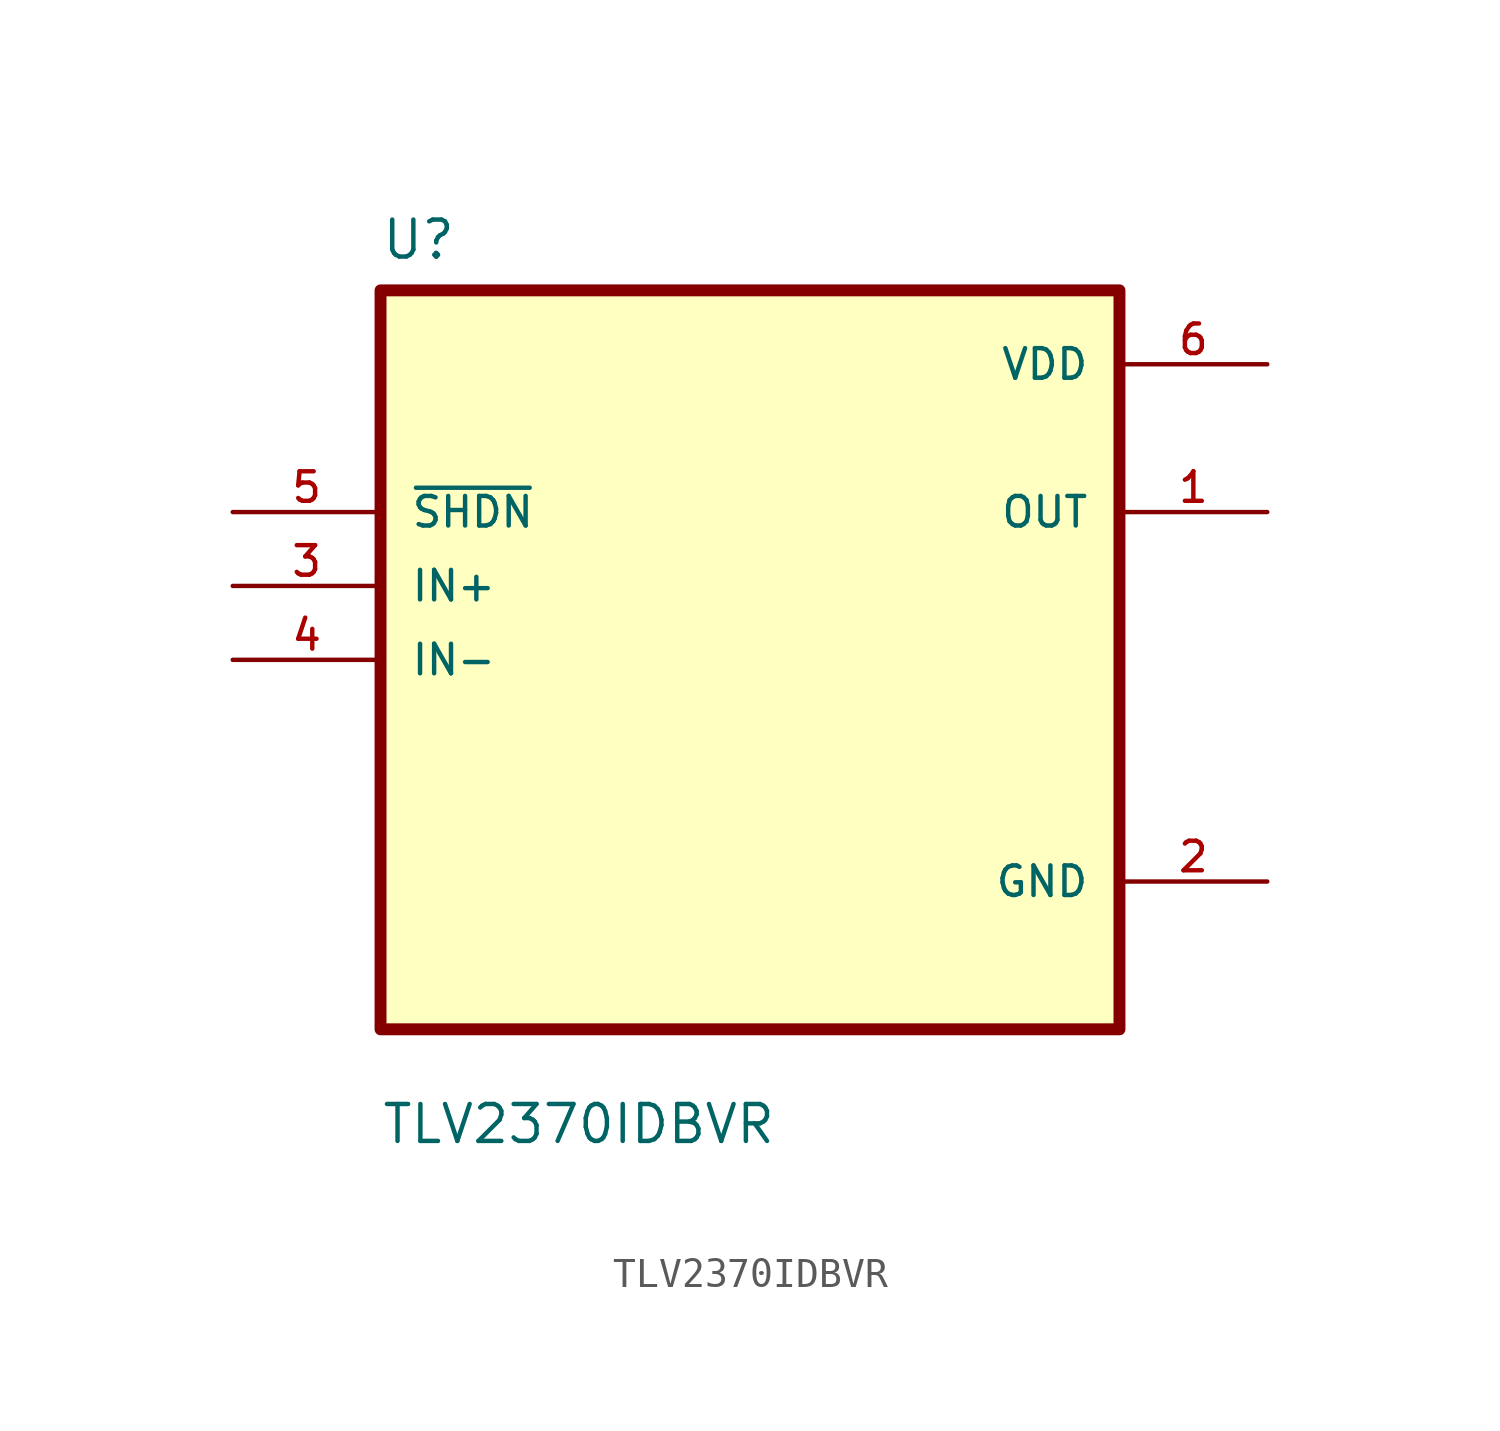
<source format=kicad_sym>
(kicad_symbol_lib
  (version 20211014)
  (generator kicad_symbol_editor)
  (symbol "TLV2370IDBVR"
    (pin_names
      (offset 1.016))
    (property "Reference" "U"
      (at -12.7 13.7 0.0)
      (effects (font (size 1.27 1.27)) (justify bottom left)))
    (property "Value" "TLV2370IDBVR"
      (at -12.7 -16.7 0.0)
      (effects (font (size 1.27 1.27)) (justify bottom left)))
    (symbol "TLV2370IDBVR_0_0"
      (rectangle (start -12.7 -12.7) (end 12.7 12.7) (stroke (width 0.41)) (fill (type background)))
      (pin input line (at -17.78 5.08 0) (length 5.08) (name "~{SHDN}" (effects (font (size 1.016 1.016)))) (number "5" (effects (font (size 1.016 1.016)))))
      (pin input line (at -17.78 2.54 0) (length 5.08) (name "IN+" (effects (font (size 1.016 1.016)))) (number "3" (effects (font (size 1.016 1.016)))))
      (pin input line (at -17.78 -8.88178e-16 0) (length 5.08) (name "IN-" (effects (font (size 1.016 1.016)))) (number "4" (effects (font (size 1.016 1.016)))))
      (pin power_in line (at 17.78 10.16 180.0) (length 5.08) (name "VDD" (effects (font (size 1.016 1.016)))) (number "6" (effects (font (size 1.016 1.016)))))
      (pin output line (at 17.78 5.08 180.0) (length 5.08) (name "OUT" (effects (font (size 1.016 1.016)))) (number "1" (effects (font (size 1.016 1.016)))))
      (pin power_in line (at 17.78 -7.62 180.0) (length 5.08) (name "GND" (effects (font (size 1.016 1.016)))) (number "2" (effects (font (size 1.016 1.016))))))))
</source>
